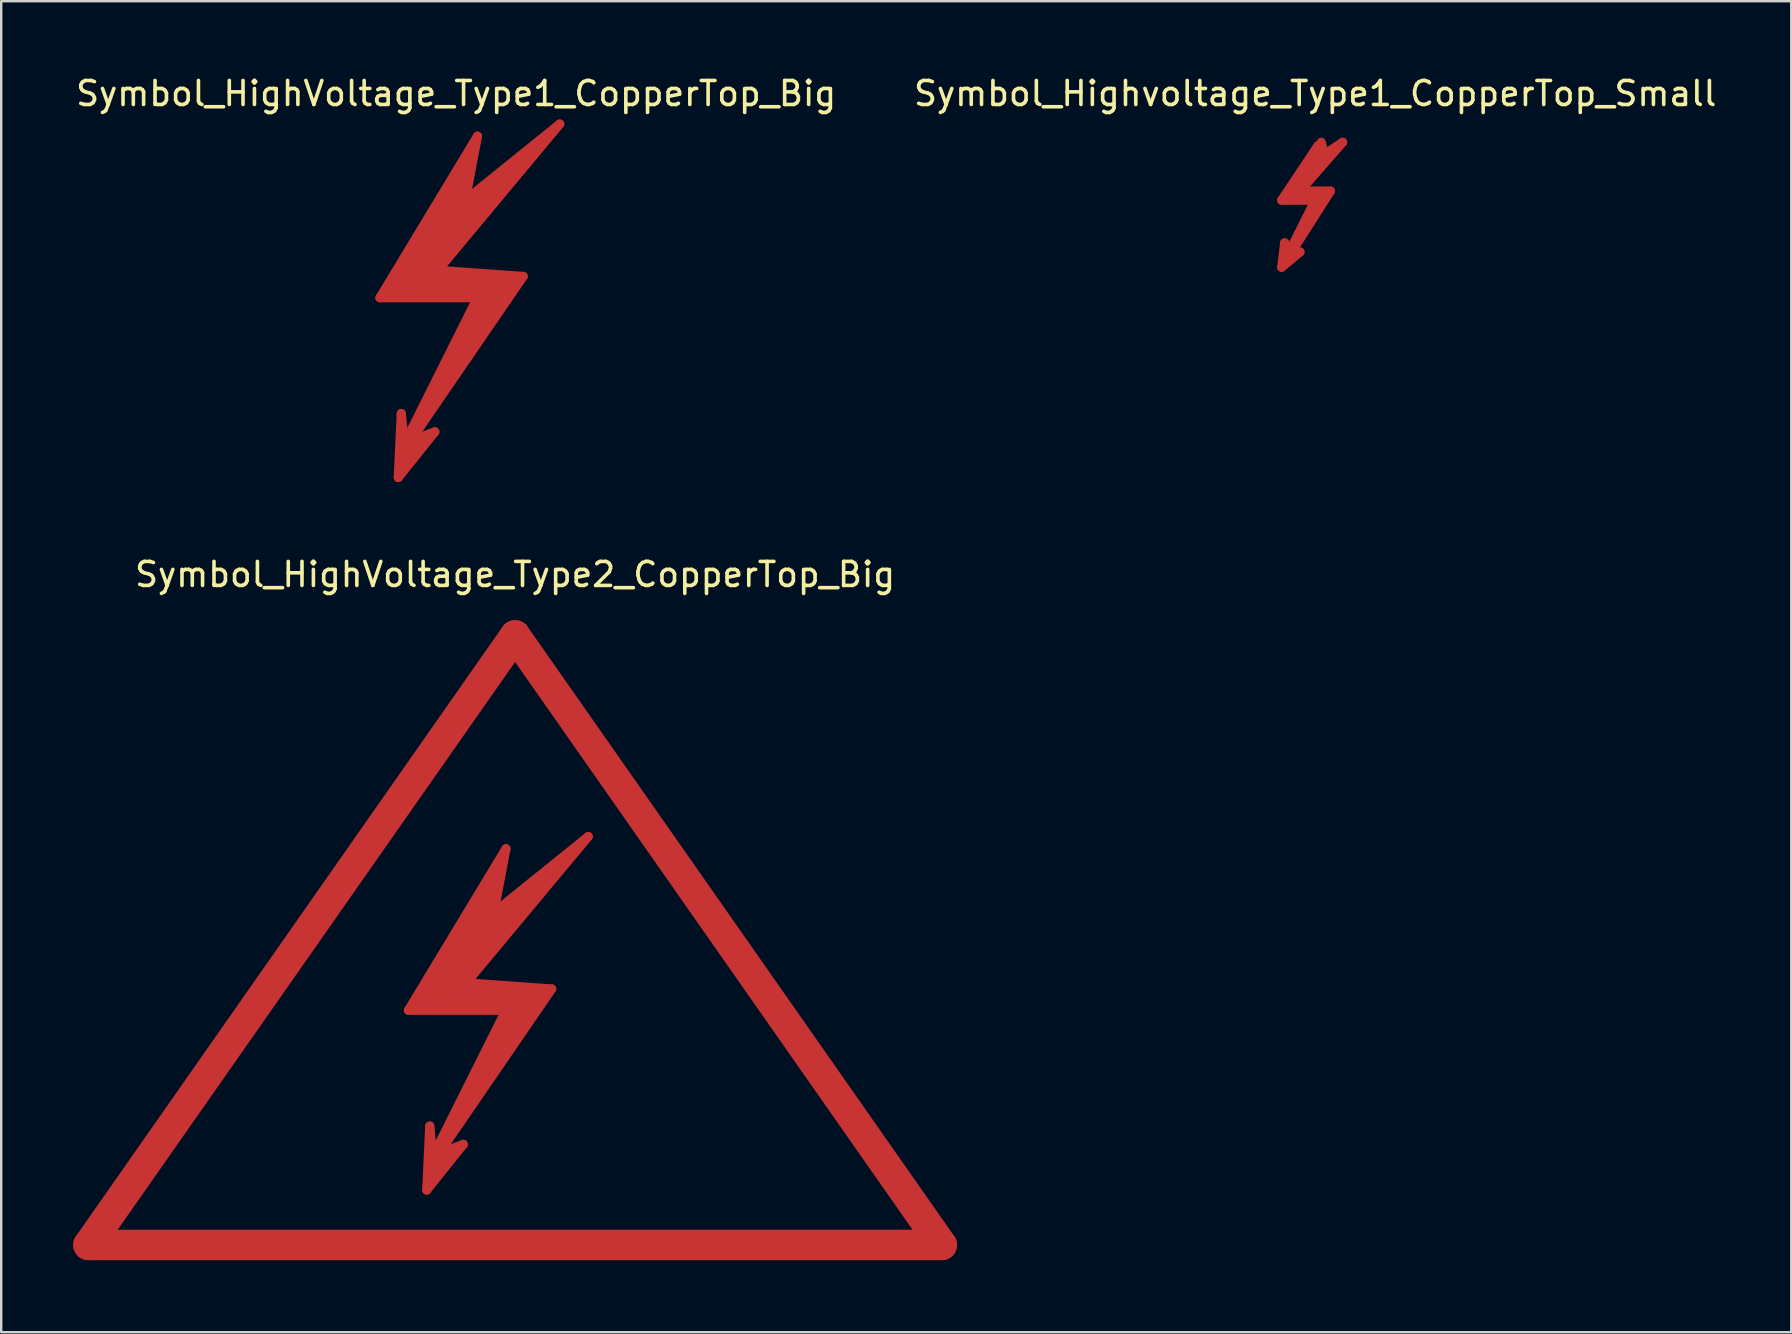
<source format=kicad_pcb>
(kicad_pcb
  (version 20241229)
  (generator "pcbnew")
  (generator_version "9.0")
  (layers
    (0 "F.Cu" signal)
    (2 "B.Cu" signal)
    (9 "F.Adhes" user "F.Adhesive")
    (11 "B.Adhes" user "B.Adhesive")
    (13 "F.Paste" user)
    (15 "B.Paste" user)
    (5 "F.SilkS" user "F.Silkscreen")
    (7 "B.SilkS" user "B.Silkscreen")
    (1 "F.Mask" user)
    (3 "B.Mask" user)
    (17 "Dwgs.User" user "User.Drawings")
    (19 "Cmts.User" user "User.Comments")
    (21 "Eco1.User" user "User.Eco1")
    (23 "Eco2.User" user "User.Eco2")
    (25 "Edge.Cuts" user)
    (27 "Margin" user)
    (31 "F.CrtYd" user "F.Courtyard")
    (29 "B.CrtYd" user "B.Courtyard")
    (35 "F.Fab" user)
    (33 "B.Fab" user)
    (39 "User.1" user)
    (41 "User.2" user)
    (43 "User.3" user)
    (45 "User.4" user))
  (footprint "Symbol_Highvoltage_Type1_CopperTop_Small"
    (layer "F.Cu")
    (at 50.74 6.055)
    (property "Reference" "Symbol_Highvoltage_Type1_CopperTop_Small" (at 1.016 -5.207 0) (layer "F.SilkS") (effects (font (size 1 1) (thickness 0.15))))
    (attr through_hole)
    (fp_line (start -0.381 -0.762) (end 1.016 -0.762) (stroke (width 0.381) (type solid)) (layer "F.Cu"))
    (fp_line (start -0.381 2.032) (end 0.381 1.397) (stroke (width 0.381) (type solid)) (layer "F.Cu"))
    (fp_line (start -0.254 1.016) (end -0.381 2.032) (stroke (width 0.381) (type solid)) (layer "F.Cu"))
    (fp_line (start -0.127 1.524) (end -0.254 1.016) (stroke (width 0.381) (type solid)) (layer "F.Cu"))
    (fp_line (start -0.127 1.651) (end 1.651 -1.143) (stroke (width 0.381) (type solid)) (layer "F.Cu"))
    (fp_line (start 0 -0.889) (end 1.27 -0.889) (stroke (width 0.381) (type solid)) (layer "F.Cu"))
    (fp_line (start 0.381 -1.143) (end 2.159 -3.175) (stroke (width 0.381) (type solid)) (layer "F.Cu"))
    (fp_line (start 0.381 1.397) (end -0.127 1.651) (stroke (width 0.381) (type solid)) (layer "F.Cu"))
    (fp_line (start 1.016 -0.762) (end -0.127 1.524) (stroke (width 0.381) (type solid)) (layer "F.Cu"))
    (fp_line (start 1.143 -3.048) (end -0.381 -0.762) (stroke (width 0.381) (type solid)) (layer "F.Cu"))
    (fp_line (start 1.397 -2.794) (end 0 -0.889) (stroke (width 0.381) (type solid)) (layer "F.Cu"))
    (fp_line (start 1.397 -2.667) (end 1.27 -3.175) (stroke (width 0.381) (type solid)) (layer "F.Cu"))
    (fp_line (start 1.651 -1.143) (end 0.381 -1.143) (stroke (width 0.381) (type solid)) (layer "F.Cu"))
    (fp_line (start 2.159 -3.175) (end 1.397 -2.667) (stroke (width 0.381) (type solid)) (layer "F.Cu")))
  (footprint "Symbol_HighVoltage_Type2_CopperTop_Big"
    (layer "F.Cu")
    (at 18.415 38.669)
    (property "Reference" "Symbol_HighVoltage_Type2_CopperTop_Big" (at 0 -17.78 0) (layer "F.SilkS") (effects (font (size 1 1) (thickness 0.15))))
    (attr through_hole)
    (fp_line (start -17.78 10.16) (end 0 -15.24) (stroke (width 1.27) (type solid)) (layer "F.Cu"))
    (fp_line (start -4.445 0.381) (end -0.381 0.381) (stroke (width 0.381) (type solid)) (layer "F.Cu"))
    (fp_line (start -4.064 0.254) (end -0.889 -4.318) (stroke (width 0.381) (type solid)) (layer "F.Cu"))
    (fp_line (start -3.683 0.127) (end -1.016 -3.556) (stroke (width 0.381) (type solid)) (layer "F.Cu"))
    (fp_line (start -3.683 7.874) (end -2.159 5.969) (stroke (width 0.381) (type solid)) (layer "F.Cu"))
    (fp_line (start -3.556 5.207) (end -3.683 7.874) (stroke (width 0.381) (type solid)) (layer "F.Cu"))
    (fp_line (start -3.556 7.239) (end -3.175 6.35) (stroke (width 0.381) (type solid)) (layer "F.Cu"))
    (fp_line (start -3.429 6.477) (end -3.556 5.207) (stroke (width 0.381) (type solid)) (layer "F.Cu"))
    (fp_line (start -3.302 0.127) (end 1.397 -5.207) (stroke (width 0.381) (type solid)) (layer "F.Cu"))
    (fp_line (start -3.175 6.096) (end -3.048 6.223) (stroke (width 0.381) (type solid)) (layer "F.Cu"))
    (fp_line (start -3.175 6.35) (end -3.048 5.969) (stroke (width 0.381) (type solid)) (layer "F.Cu"))
    (fp_line (start -3.175 6.35) (end 1.524 -0.508) (stroke (width 0.381) (type solid)) (layer "F.Cu"))
    (fp_line (start -3.048 5.969) (end -3.175 6.096) (stroke (width 0.381) (type solid)) (layer "F.Cu"))
    (fp_line (start -2.921 0.254) (end 0.762 0.127) (stroke (width 0.381) (type solid)) (layer "F.Cu"))
    (fp_line (start -2.794 6.477) (end -3.556 7.239) (stroke (width 0.381) (type solid)) (layer "F.Cu"))
    (fp_line (start -2.667 5.461) (end 0.127 0.127) (stroke (width 0.381) (type solid)) (layer "F.Cu"))
    (fp_line (start -2.413 0) (end 0.635 -0.127) (stroke (width 0.381) (type solid)) (layer "F.Cu"))
    (fp_line (start -2.286 -1.524) (end 0.254 -4.445) (stroke (width 0.381) (type solid)) (layer "F.Cu"))
    (fp_line (start -2.286 -1.016) (end -2.032 -0.381) (stroke (width 0.381) (type solid)) (layer "F.Cu"))
    (fp_line (start -2.286 -0.381) (end -2.413 0) (stroke (width 0.381) (type solid)) (layer "F.Cu"))
    (fp_line (start -2.159 5.969) (end -3.175 6.35) (stroke (width 0.381) (type solid)) (layer "F.Cu"))
    (fp_line (start -2.032 -0.762) (end 3.048 -6.858) (stroke (width 0.381) (type solid)) (layer "F.Cu"))
    (fp_line (start -1.016 -3.556) (end -3.302 0.127) (stroke (width 0.381) (type solid)) (layer "F.Cu"))
    (fp_line (start -0.889 -4.318) (end -3.683 0.127) (stroke (width 0.381) (type solid)) (layer "F.Cu"))
    (fp_line (start -0.889 -3.683) (end -0.381 -6.35) (stroke (width 0.381) (type solid)) (layer "F.Cu"))
    (fp_line (start -0.762 -5.588) (end -0.889 -4.953) (stroke (width 0.381) (type solid)) (layer "F.Cu"))
    (fp_line (start -0.762 -5.08) (end -4.064 0.254) (stroke (width 0.381) (type solid)) (layer "F.Cu"))
    (fp_line (start -0.381 -6.35) (end -4.445 0.381) (stroke (width 0.381) (type solid)) (layer "F.Cu"))
    (fp_line (start -0.381 0.381) (end -3.429 6.477) (stroke (width 0.381) (type solid)) (layer "F.Cu"))
    (fp_line (start 0 -15.24) (end 17.78 10.16) (stroke (width 1.27) (type solid)) (layer "F.Cu"))
    (fp_line (start 0.127 0.127) (end 0.762 0.127) (stroke (width 0.381) (type solid)) (layer "F.Cu"))
    (fp_line (start 0.254 -4.445) (end -2.921 0.254) (stroke (width 0.381) (type solid)) (layer "F.Cu"))
    (fp_line (start 0.635 -0.127) (end -2.667 5.461) (stroke (width 0.381) (type solid)) (layer "F.Cu"))
    (fp_line (start 0.762 0.127) (end -0.508 2.159) (stroke (width 0.381) (type solid)) (layer "F.Cu"))
    (fp_line (start 0.762 0.127) (end 1.143 -0.381) (stroke (width 0.381) (type solid)) (layer "F.Cu"))
    (fp_line (start 1.143 -0.381) (end -2.286 -0.381) (stroke (width 0.381) (type solid)) (layer "F.Cu"))
    (fp_line (start 1.397 -5.207) (end -2.286 -1.524) (stroke (width 0.381) (type solid)) (layer "F.Cu"))
    (fp_line (start 1.524 -0.508) (end -2.032 -0.762) (stroke (width 0.381) (type solid)) (layer "F.Cu"))
    (fp_line (start 1.778 -5.461) (end -1.143 -3.175) (stroke (width 0.381) (type solid)) (layer "F.Cu"))
    (fp_line (start 3.048 -6.858) (end -0.889 -3.683) (stroke (width 0.381) (type solid)) (layer "F.Cu"))
    (fp_line (start 17.78 10.16) (end -17.78 10.16) (stroke (width 1.27) (type solid)) (layer "F.Cu")))
  (footprint "Symbol_HighVoltage_Type1_CopperTop_Big"
    (layer "F.Cu")
    (at 15.958 8.976)
    (property "Reference" "Symbol_HighVoltage_Type1_CopperTop_Big" (at 0 -8.128 0) (layer "F.SilkS") (effects (font (size 1 1) (thickness 0.15))))
    (attr through_hole)
    (fp_line (start -3.175 0.381) (end 0.889 0.381) (stroke (width 0.381) (type solid)) (layer "F.Cu"))
    (fp_line (start -2.794 0.254) (end 0.381 -4.318) (stroke (width 0.381) (type solid)) (layer "F.Cu"))
    (fp_line (start -2.413 0.127) (end 0.254 -3.556) (stroke (width 0.381) (type solid)) (layer "F.Cu"))
    (fp_line (start -2.413 7.874) (end -0.889 5.969) (stroke (width 0.381) (type solid)) (layer "F.Cu"))
    (fp_line (start -2.286 5.207) (end -2.413 7.874) (stroke (width 0.381) (type solid)) (layer "F.Cu"))
    (fp_line (start -2.286 7.239) (end -1.905 6.35) (stroke (width 0.381) (type solid)) (layer "F.Cu"))
    (fp_line (start -2.159 6.477) (end -2.286 5.207) (stroke (width 0.381) (type solid)) (layer "F.Cu"))
    (fp_line (start -2.032 0.127) (end 2.667 -5.207) (stroke (width 0.381) (type solid)) (layer "F.Cu"))
    (fp_line (start -1.905 6.096) (end -1.778 6.223) (stroke (width 0.381) (type solid)) (layer "F.Cu"))
    (fp_line (start -1.905 6.35) (end -1.778 5.969) (stroke (width 0.381) (type solid)) (layer "F.Cu"))
    (fp_line (start -1.905 6.35) (end 2.794 -0.508) (stroke (width 0.381) (type solid)) (layer "F.Cu"))
    (fp_line (start -1.778 5.969) (end -1.905 6.096) (stroke (width 0.381) (type solid)) (layer "F.Cu"))
    (fp_line (start -1.651 0.254) (end 2.032 0.127) (stroke (width 0.381) (type solid)) (layer "F.Cu"))
    (fp_line (start -1.524 6.477) (end -2.286 7.239) (stroke (width 0.381) (type solid)) (layer "F.Cu"))
    (fp_line (start -1.397 5.461) (end 1.397 0.127) (stroke (width 0.381) (type solid)) (layer "F.Cu"))
    (fp_line (start -1.143 0) (end 1.905 -0.127) (stroke (width 0.381) (type solid)) (layer "F.Cu"))
    (fp_line (start -1.016 -1.524) (end 1.524 -4.445) (stroke (width 0.381) (type solid)) (layer "F.Cu"))
    (fp_line (start -1.016 -1.016) (end -0.762 -0.381) (stroke (width 0.381) (type solid)) (layer "F.Cu"))
    (fp_line (start -1.016 -0.381) (end -1.143 0) (stroke (width 0.381) (type solid)) (layer "F.Cu"))
    (fp_line (start -0.889 5.969) (end -1.905 6.35) (stroke (width 0.381) (type solid)) (layer "F.Cu"))
    (fp_line (start -0.762 -0.762) (end 4.318 -6.858) (stroke (width 0.381) (type solid)) (layer "F.Cu"))
    (fp_line (start 0.254 -3.556) (end -2.032 0.127) (stroke (width 0.381) (type solid)) (layer "F.Cu"))
    (fp_line (start 0.381 -4.318) (end -2.413 0.127) (stroke (width 0.381) (type solid)) (layer "F.Cu"))
    (fp_line (start 0.381 -3.683) (end 0.889 -6.35) (stroke (width 0.381) (type solid)) (layer "F.Cu"))
    (fp_line (start 0.508 -5.588) (end 0.381 -4.953) (stroke (width 0.381) (type solid)) (layer "F.Cu"))
    (fp_line (start 0.508 -5.08) (end -2.794 0.254) (stroke (width 0.381) (type solid)) (layer "F.Cu"))
    (fp_line (start 0.889 -6.35) (end -3.175 0.381) (stroke (width 0.381) (type solid)) (layer "F.Cu"))
    (fp_line (start 0.889 0.381) (end -2.159 6.477) (stroke (width 0.381) (type solid)) (layer "F.Cu"))
    (fp_line (start 1.397 0.127) (end 2.032 0.127) (stroke (width 0.381) (type solid)) (layer "F.Cu"))
    (fp_line (start 1.524 -4.445) (end -1.651 0.254) (stroke (width 0.381) (type solid)) (layer "F.Cu"))
    (fp_line (start 1.905 -0.127) (end -1.397 5.461) (stroke (width 0.381) (type solid)) (layer "F.Cu"))
    (fp_line (start 2.032 0.127) (end 0.762 2.159) (stroke (width 0.381) (type solid)) (layer "F.Cu"))
    (fp_line (start 2.032 0.127) (end 2.413 -0.381) (stroke (width 0.381) (type solid)) (layer "F.Cu"))
    (fp_line (start 2.413 -0.381) (end -1.016 -0.381) (stroke (width 0.381) (type solid)) (layer "F.Cu"))
    (fp_line (start 2.667 -5.207) (end -1.016 -1.524) (stroke (width 0.381) (type solid)) (layer "F.Cu"))
    (fp_line (start 2.794 -0.508) (end -0.762 -0.762) (stroke (width 0.381) (type solid)) (layer "F.Cu"))
    (fp_line (start 3.048 -5.461) (end 0.127 -3.175) (stroke (width 0.381) (type solid)) (layer "F.Cu"))
    (fp_line (start 4.318 -6.858) (end 0.381 -3.683) (stroke (width 0.381) (type solid)) (layer "F.Cu")))
  (gr_rect
    (start -3 -3)
    (end 71.595 52.464)
    (stroke (width 0.1) (type default))
    (fill no)
    (layer "Edge.Cuts")))
</source>
